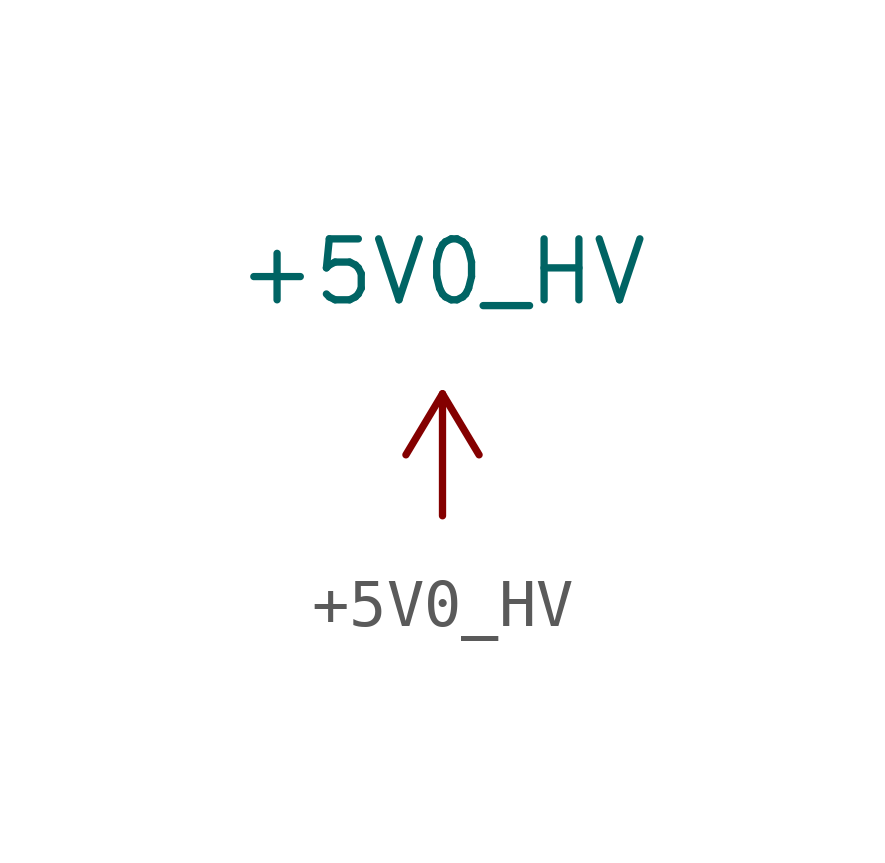
<source format=kicad_sym>
(kicad_symbol_lib
  (version 20211014)
  (generator kicad_symbol_editor)
  (symbol "+5V0_HV"
    (power)
    (pin_numbers hide)
    (pin_names
      (offset 0))
    (property "Reference" "#PWR"
      (at 1.27 0 90)
      (effects (font (size 1.27 1.27)) hide))
    (property "Value" "+5V0_HV"
      (at 0 5.08 0)
      (effects (font (size 1.27 1.27))))
    (symbol "+5V0_HV_1_1"
      (polyline (pts (xy -0.762 1.27) (xy 0 2.54)) (stroke (width 0) (type default) (color 0 0 0 0)) (fill (type none)))
      (polyline (pts (xy 0 0) (xy 0 2.54)) (stroke (width 0) (type default) (color 0 0 0 0)) (fill (type none)))
      (polyline (pts (xy 0 2.54) (xy 0.762 1.27)) (stroke (width 0) (type default) (color 0 0 0 0)) (fill (type none)))
      (pin power_in line (at 0 0 90) (length 0) hide (name "+5V0_HV" (effects (font (size 1.27 1.27)))) (number "1" (effects (font (size 1.27 1.27))))))))
</source>
